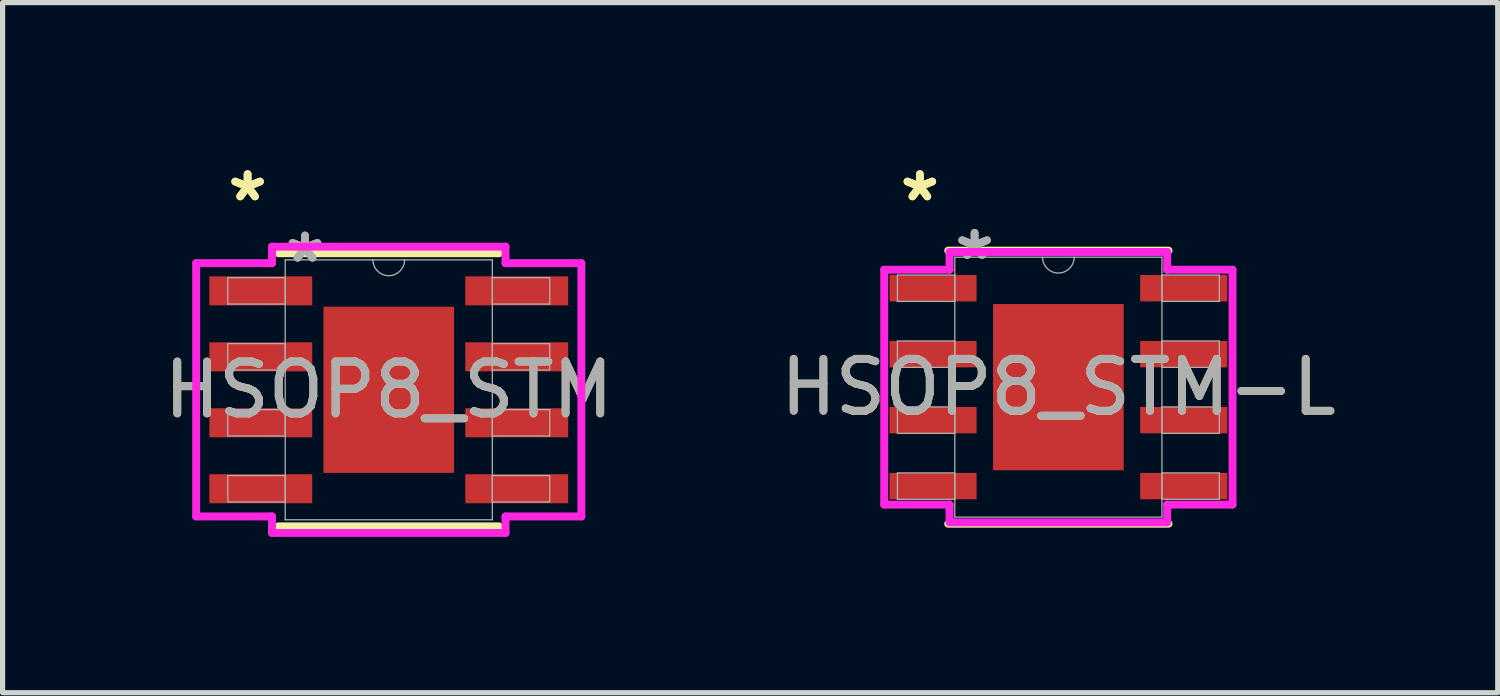
<source format=kicad_pcb>
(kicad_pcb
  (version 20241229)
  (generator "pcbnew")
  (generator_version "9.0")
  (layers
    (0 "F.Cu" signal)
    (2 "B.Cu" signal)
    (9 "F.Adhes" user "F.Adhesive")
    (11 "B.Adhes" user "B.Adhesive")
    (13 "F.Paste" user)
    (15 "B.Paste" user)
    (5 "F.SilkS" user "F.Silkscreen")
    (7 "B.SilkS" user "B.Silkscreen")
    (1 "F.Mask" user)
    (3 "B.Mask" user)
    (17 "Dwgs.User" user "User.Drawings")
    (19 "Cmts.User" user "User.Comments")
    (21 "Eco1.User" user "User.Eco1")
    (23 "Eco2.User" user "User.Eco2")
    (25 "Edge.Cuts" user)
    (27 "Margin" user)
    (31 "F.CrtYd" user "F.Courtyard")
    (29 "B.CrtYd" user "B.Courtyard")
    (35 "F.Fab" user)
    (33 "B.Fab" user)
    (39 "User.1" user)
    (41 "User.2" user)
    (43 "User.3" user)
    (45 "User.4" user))
  (footprint "HSOP8_STM-L"
    (layer "F.Cu")
    (at 17.327 4.404)
    (property "Reference" "HSOP8_STM-L" (at 0 0 0) (unlocked yes) (layer "F.SilkS") (effects (font (size 1 1) (thickness 0.15))))
    (attr smd)
    (fp_line (start -2.121 2.629) (end 2.121 2.629) (stroke (width 0.152) (type solid)) (layer "F.SilkS"))
    (fp_line (start 2.121 -2.629) (end -2.121 -2.629) (stroke (width 0.152) (type solid)) (layer "F.SilkS"))
    (fp_poly (pts (xy -1.157 -1.5) (xy -1.157 -0.1) (xy 1.157 -0.1) (xy 1.157 -1.5)) (stroke (width 0) (type solid)) (fill yes) (layer "F.Paste"))
    (fp_poly (pts (xy -1.157 0.1) (xy -1.157 1.5) (xy 1.157 1.5) (xy 1.157 0.1)) (stroke (width 0) (type solid)) (fill yes) (layer "F.Paste"))
    (fp_line (start -3.353 -2.261) (end -2.095 -2.261) (stroke (width 0.152) (type solid)) (layer "F.CrtYd"))
    (fp_line (start -3.353 2.261) (end -3.353 -2.261) (stroke (width 0.152) (type solid)) (layer "F.CrtYd"))
    (fp_line (start -3.353 2.261) (end -2.095 2.261) (stroke (width 0.152) (type solid)) (layer "F.CrtYd"))
    (fp_line (start -2.095 -2.603) (end 2.095 -2.603) (stroke (width 0.152) (type solid)) (layer "F.CrtYd"))
    (fp_line (start -2.095 -2.261) (end -2.095 -2.603) (stroke (width 0.152) (type solid)) (layer "F.CrtYd"))
    (fp_line (start -2.095 2.603) (end -2.095 2.261) (stroke (width 0.152) (type solid)) (layer "F.CrtYd"))
    (fp_line (start 2.095 -2.603) (end 2.095 -2.261) (stroke (width 0.152) (type solid)) (layer "F.CrtYd"))
    (fp_line (start 2.095 2.261) (end 2.095 2.603) (stroke (width 0.152) (type solid)) (layer "F.CrtYd"))
    (fp_line (start 2.095 2.603) (end -2.095 2.603) (stroke (width 0.152) (type solid)) (layer "F.CrtYd"))
    (fp_line (start 3.353 -2.261) (end 2.095 -2.261) (stroke (width 0.152) (type solid)) (layer "F.CrtYd"))
    (fp_line (start 3.353 -2.261) (end 3.353 2.261) (stroke (width 0.152) (type solid)) (layer "F.CrtYd"))
    (fp_line (start 3.353 2.261) (end 2.095 2.261) (stroke (width 0.152) (type solid)) (layer "F.CrtYd"))
    (fp_line (start -3.099 -2.159) (end -3.099 -1.651) (stroke (width 0.025) (type solid)) (layer "F.Fab"))
    (fp_line (start -3.099 -1.651) (end -1.994 -1.651) (stroke (width 0.025) (type solid)) (layer "F.Fab"))
    (fp_line (start -3.099 -0.889) (end -3.099 -0.381) (stroke (width 0.025) (type solid)) (layer "F.Fab"))
    (fp_line (start -3.099 -0.381) (end -1.994 -0.381) (stroke (width 0.025) (type solid)) (layer "F.Fab"))
    (fp_line (start -3.099 0.381) (end -3.099 0.889) (stroke (width 0.025) (type solid)) (layer "F.Fab"))
    (fp_line (start -3.099 0.889) (end -1.994 0.889) (stroke (width 0.025) (type solid)) (layer "F.Fab"))
    (fp_line (start -3.099 1.651) (end -3.099 2.159) (stroke (width 0.025) (type solid)) (layer "F.Fab"))
    (fp_line (start -3.099 2.159) (end -1.994 2.159) (stroke (width 0.025) (type solid)) (layer "F.Fab"))
    (fp_line (start -1.994 -2.502) (end -1.994 2.502) (stroke (width 0.025) (type solid)) (layer "F.Fab"))
    (fp_line (start -1.994 -2.159) (end -3.099 -2.159) (stroke (width 0.025) (type solid)) (layer "F.Fab"))
    (fp_line (start -1.994 -1.651) (end -1.994 -2.159) (stroke (width 0.025) (type solid)) (layer "F.Fab"))
    (fp_line (start -1.994 -0.889) (end -3.099 -0.889) (stroke (width 0.025) (type solid)) (layer "F.Fab"))
    (fp_line (start -1.994 -0.381) (end -1.994 -0.889) (stroke (width 0.025) (type solid)) (layer "F.Fab"))
    (fp_line (start -1.994 0.381) (end -3.099 0.381) (stroke (width 0.025) (type solid)) (layer "F.Fab"))
    (fp_line (start -1.994 0.889) (end -1.994 0.381) (stroke (width 0.025) (type solid)) (layer "F.Fab"))
    (fp_line (start -1.994 1.651) (end -3.099 1.651) (stroke (width 0.025) (type solid)) (layer "F.Fab"))
    (fp_line (start -1.994 2.159) (end -1.994 1.651) (stroke (width 0.025) (type solid)) (layer "F.Fab"))
    (fp_line (start -1.994 2.502) (end 1.994 2.502) (stroke (width 0.025) (type solid)) (layer "F.Fab"))
    (fp_line (start 1.994 -2.502) (end -1.994 -2.502) (stroke (width 0.025) (type solid)) (layer "F.Fab"))
    (fp_line (start 1.994 -2.159) (end 1.994 -1.651) (stroke (width 0.025) (type solid)) (layer "F.Fab"))
    (fp_line (start 1.994 -1.651) (end 3.099 -1.651) (stroke (width 0.025) (type solid)) (layer "F.Fab"))
    (fp_line (start 1.994 -0.889) (end 1.994 -0.381) (stroke (width 0.025) (type solid)) (layer "F.Fab"))
    (fp_line (start 1.994 -0.381) (end 3.099 -0.381) (stroke (width 0.025) (type solid)) (layer "F.Fab"))
    (fp_line (start 1.994 0.381) (end 1.994 0.889) (stroke (width 0.025) (type solid)) (layer "F.Fab"))
    (fp_line (start 1.994 0.889) (end 3.099 0.889) (stroke (width 0.025) (type solid)) (layer "F.Fab"))
    (fp_line (start 1.994 1.651) (end 1.994 2.159) (stroke (width 0.025) (type solid)) (layer "F.Fab"))
    (fp_line (start 1.994 2.159) (end 3.099 2.159) (stroke (width 0.025) (type solid)) (layer "F.Fab"))
    (fp_line (start 1.994 2.502) (end 1.994 -2.502) (stroke (width 0.025) (type solid)) (layer "F.Fab"))
    (fp_line (start 3.099 -2.159) (end 1.994 -2.159) (stroke (width 0.025) (type solid)) (layer "F.Fab"))
    (fp_line (start 3.099 -1.651) (end 3.099 -2.159) (stroke (width 0.025) (type solid)) (layer "F.Fab"))
    (fp_line (start 3.099 -0.889) (end 1.994 -0.889) (stroke (width 0.025) (type solid)) (layer "F.Fab"))
    (fp_line (start 3.099 -0.381) (end 3.099 -0.889) (stroke (width 0.025) (type solid)) (layer "F.Fab"))
    (fp_line (start 3.099 0.381) (end 1.994 0.381) (stroke (width 0.025) (type solid)) (layer "F.Fab"))
    (fp_line (start 3.099 0.889) (end 3.099 0.381) (stroke (width 0.025) (type solid)) (layer "F.Fab"))
    (fp_line (start 3.099 1.651) (end 1.994 1.651) (stroke (width 0.025) (type solid)) (layer "F.Fab"))
    (fp_line (start 3.099 2.159) (end 3.099 1.651) (stroke (width 0.025) (type solid)) (layer "F.Fab"))
    (fp_arc (start 0.3048 -2.5019) (mid 0 -2.1971) (end -0.3048 -2.5019) (stroke (width 0.0254) (type solid)) (layer "F.Fab"))
    (fp_text user "*" (at -2.667 -3.556 0) (unlocked yes) (layer "F.SilkS") (effects (font (size 1 1) (thickness 0.15))))
    (fp_text user "*" (at -2.667 -3.556 0) (layer "F.SilkS") (effects (font (size 1 1) (thickness 0.15))))
    (fp_text user "${REFERENCE}" (at 0 0 0) (unlocked yes) (layer "F.Fab") (effects (font (size 1 1) (thickness 0.15))))
    (fp_text user "*" (at -1.613 -2.426 0) (layer "F.Fab") (effects (font (size 1 1) (thickness 0.15))))
    (fp_text user "*" (at -1.613 -2.426 0) (unlocked yes) (layer "F.Fab") (effects (font (size 1 1) (thickness 0.15))))
    (pad "1" smd rect (at -2.413 -1.905) (size 1.676 0.508) (layers "F.Cu" "F.Mask" "F.Paste"))
    (pad "2" smd rect (at -2.413 -0.635) (size 1.676 0.508) (layers "F.Cu" "F.Mask" "F.Paste"))
    (pad "3" smd rect (at -2.413 0.635) (size 1.676 0.508) (layers "F.Cu" "F.Mask" "F.Paste"))
    (pad "4" smd rect (at -2.413 1.905) (size 1.676 0.508) (layers "F.Cu" "F.Mask" "F.Paste"))
    (pad "5" smd rect (at 2.413 1.905) (size 1.676 0.508) (layers "F.Cu" "F.Mask" "F.Paste"))
    (pad "6" smd rect (at 2.413 0.635) (size 1.676 0.508) (layers "F.Cu" "F.Mask" "F.Paste"))
    (pad "7" smd rect (at 2.413 -0.635) (size 1.676 0.508) (layers "F.Cu" "F.Mask" "F.Paste"))
    (pad "8" smd rect (at 2.413 -1.905) (size 1.676 0.508) (layers "F.Cu" "F.Mask" "F.Paste"))
    (pad "EPAD" smd rect (at 0 0) (size 2.515 3.2) (layers "F.Cu" "F.Mask")))
  (footprint "HSOP8_STM"
    (layer "F.Cu")
    (at 4.435 4.455)
    (property "Reference" "HSOP8_STM" (at 0 0 0) (unlocked yes) (layer "F.SilkS") (effects (font (size 1 1) (thickness 0.15))))
    (attr smd)
    (fp_line (start -2.121 2.629) (end 2.121 2.629) (stroke (width 0.152) (type solid)) (layer "F.SilkS"))
    (fp_line (start 2.121 -2.629) (end -2.121 -2.629) (stroke (width 0.152) (type solid)) (layer "F.SilkS"))
    (fp_poly (pts (xy -1.157 -1.5) (xy -1.157 -0.1) (xy 1.157 -0.1) (xy 1.157 -1.5)) (stroke (width 0) (type solid)) (fill yes) (layer "F.Paste"))
    (fp_poly (pts (xy -1.157 0.1) (xy -1.157 1.5) (xy 1.157 1.5) (xy 1.157 0.1)) (stroke (width 0) (type solid)) (fill yes) (layer "F.Paste"))
    (fp_line (start -3.708 -2.438) (end -2.248 -2.438) (stroke (width 0.152) (type solid)) (layer "F.CrtYd"))
    (fp_line (start -3.708 2.438) (end -3.708 -2.438) (stroke (width 0.152) (type solid)) (layer "F.CrtYd"))
    (fp_line (start -3.708 2.438) (end -2.248 2.438) (stroke (width 0.152) (type solid)) (layer "F.CrtYd"))
    (fp_line (start -2.248 -2.756) (end 2.248 -2.756) (stroke (width 0.152) (type solid)) (layer "F.CrtYd"))
    (fp_line (start -2.248 -2.438) (end -2.248 -2.756) (stroke (width 0.152) (type solid)) (layer "F.CrtYd"))
    (fp_line (start -2.248 2.756) (end -2.248 2.438) (stroke (width 0.152) (type solid)) (layer "F.CrtYd"))
    (fp_line (start 2.248 -2.756) (end 2.248 -2.438) (stroke (width 0.152) (type solid)) (layer "F.CrtYd"))
    (fp_line (start 2.248 2.438) (end 2.248 2.756) (stroke (width 0.152) (type solid)) (layer "F.CrtYd"))
    (fp_line (start 2.248 2.756) (end -2.248 2.756) (stroke (width 0.152) (type solid)) (layer "F.CrtYd"))
    (fp_line (start 3.708 -2.438) (end 2.248 -2.438) (stroke (width 0.152) (type solid)) (layer "F.CrtYd"))
    (fp_line (start 3.708 -2.438) (end 3.708 2.438) (stroke (width 0.152) (type solid)) (layer "F.CrtYd"))
    (fp_line (start 3.708 2.438) (end 2.248 2.438) (stroke (width 0.152) (type solid)) (layer "F.CrtYd"))
    (fp_line (start -3.099 -2.159) (end -3.099 -1.651) (stroke (width 0.025) (type solid)) (layer "F.Fab"))
    (fp_line (start -3.099 -1.651) (end -1.994 -1.651) (stroke (width 0.025) (type solid)) (layer "F.Fab"))
    (fp_line (start -3.099 -0.889) (end -3.099 -0.381) (stroke (width 0.025) (type solid)) (layer "F.Fab"))
    (fp_line (start -3.099 -0.381) (end -1.994 -0.381) (stroke (width 0.025) (type solid)) (layer "F.Fab"))
    (fp_line (start -3.099 0.381) (end -3.099 0.889) (stroke (width 0.025) (type solid)) (layer "F.Fab"))
    (fp_line (start -3.099 0.889) (end -1.994 0.889) (stroke (width 0.025) (type solid)) (layer "F.Fab"))
    (fp_line (start -3.099 1.651) (end -3.099 2.159) (stroke (width 0.025) (type solid)) (layer "F.Fab"))
    (fp_line (start -3.099 2.159) (end -1.994 2.159) (stroke (width 0.025) (type solid)) (layer "F.Fab"))
    (fp_line (start -1.994 -2.502) (end -1.994 2.502) (stroke (width 0.025) (type solid)) (layer "F.Fab"))
    (fp_line (start -1.994 -2.159) (end -3.099 -2.159) (stroke (width 0.025) (type solid)) (layer "F.Fab"))
    (fp_line (start -1.994 -1.651) (end -1.994 -2.159) (stroke (width 0.025) (type solid)) (layer "F.Fab"))
    (fp_line (start -1.994 -0.889) (end -3.099 -0.889) (stroke (width 0.025) (type solid)) (layer "F.Fab"))
    (fp_line (start -1.994 -0.381) (end -1.994 -0.889) (stroke (width 0.025) (type solid)) (layer "F.Fab"))
    (fp_line (start -1.994 0.381) (end -3.099 0.381) (stroke (width 0.025) (type solid)) (layer "F.Fab"))
    (fp_line (start -1.994 0.889) (end -1.994 0.381) (stroke (width 0.025) (type solid)) (layer "F.Fab"))
    (fp_line (start -1.994 1.651) (end -3.099 1.651) (stroke (width 0.025) (type solid)) (layer "F.Fab"))
    (fp_line (start -1.994 2.159) (end -1.994 1.651) (stroke (width 0.025) (type solid)) (layer "F.Fab"))
    (fp_line (start -1.994 2.502) (end 1.994 2.502) (stroke (width 0.025) (type solid)) (layer "F.Fab"))
    (fp_line (start 1.994 -2.502) (end -1.994 -2.502) (stroke (width 0.025) (type solid)) (layer "F.Fab"))
    (fp_line (start 1.994 -2.159) (end 1.994 -1.651) (stroke (width 0.025) (type solid)) (layer "F.Fab"))
    (fp_line (start 1.994 -1.651) (end 3.099 -1.651) (stroke (width 0.025) (type solid)) (layer "F.Fab"))
    (fp_line (start 1.994 -0.889) (end 1.994 -0.381) (stroke (width 0.025) (type solid)) (layer "F.Fab"))
    (fp_line (start 1.994 -0.381) (end 3.099 -0.381) (stroke (width 0.025) (type solid)) (layer "F.Fab"))
    (fp_line (start 1.994 0.381) (end 1.994 0.889) (stroke (width 0.025) (type solid)) (layer "F.Fab"))
    (fp_line (start 1.994 0.889) (end 3.099 0.889) (stroke (width 0.025) (type solid)) (layer "F.Fab"))
    (fp_line (start 1.994 1.651) (end 1.994 2.159) (stroke (width 0.025) (type solid)) (layer "F.Fab"))
    (fp_line (start 1.994 2.159) (end 3.099 2.159) (stroke (width 0.025) (type solid)) (layer "F.Fab"))
    (fp_line (start 1.994 2.502) (end 1.994 -2.502) (stroke (width 0.025) (type solid)) (layer "F.Fab"))
    (fp_line (start 3.099 -2.159) (end 1.994 -2.159) (stroke (width 0.025) (type solid)) (layer "F.Fab"))
    (fp_line (start 3.099 -1.651) (end 3.099 -2.159) (stroke (width 0.025) (type solid)) (layer "F.Fab"))
    (fp_line (start 3.099 -0.889) (end 1.994 -0.889) (stroke (width 0.025) (type solid)) (layer "F.Fab"))
    (fp_line (start 3.099 -0.381) (end 3.099 -0.889) (stroke (width 0.025) (type solid)) (layer "F.Fab"))
    (fp_line (start 3.099 0.381) (end 1.994 0.381) (stroke (width 0.025) (type solid)) (layer "F.Fab"))
    (fp_line (start 3.099 0.889) (end 3.099 0.381) (stroke (width 0.025) (type solid)) (layer "F.Fab"))
    (fp_line (start 3.099 1.651) (end 1.994 1.651) (stroke (width 0.025) (type solid)) (layer "F.Fab"))
    (fp_line (start 3.099 2.159) (end 3.099 1.651) (stroke (width 0.025) (type solid)) (layer "F.Fab"))
    (fp_arc (start 0.3048 -2.5019) (mid 0 -2.1971) (end -0.3048 -2.5019) (stroke (width 0.0254) (type solid)) (layer "F.Fab"))
    (fp_text user "*" (at -2.718 -3.607 0) (unlocked yes) (layer "F.SilkS") (effects (font (size 1 1) (thickness 0.15))))
    (fp_text user "*" (at -2.718 -3.607 0) (layer "F.SilkS") (effects (font (size 1 1) (thickness 0.15))))
    (fp_text user "${REFERENCE}" (at 0 0 0) (unlocked yes) (layer "F.Fab") (effects (font (size 1 1) (thickness 0.15))))
    (fp_text user "*" (at -1.613 -2.426 0) (unlocked yes) (layer "F.Fab") (effects (font (size 1 1) (thickness 0.15))))
    (fp_text user "*" (at -1.613 -2.426 0) (layer "F.Fab") (effects (font (size 1 1) (thickness 0.15))))
    (pad "1" smd rect (at -2.464 -1.905) (size 1.981 0.559) (layers "F.Cu" "F.Mask" "F.Paste"))
    (pad "2" smd rect (at -2.464 -0.635) (size 1.981 0.559) (layers "F.Cu" "F.Mask" "F.Paste"))
    (pad "3" smd rect (at -2.464 0.635) (size 1.981 0.559) (layers "F.Cu" "F.Mask" "F.Paste"))
    (pad "4" smd rect (at -2.464 1.905) (size 1.981 0.559) (layers "F.Cu" "F.Mask" "F.Paste"))
    (pad "5" smd rect (at 2.464 1.905) (size 1.981 0.559) (layers "F.Cu" "F.Mask" "F.Paste"))
    (pad "6" smd rect (at 2.464 0.635) (size 1.981 0.559) (layers "F.Cu" "F.Mask" "F.Paste"))
    (pad "7" smd rect (at 2.464 -0.635) (size 1.981 0.559) (layers "F.Cu" "F.Mask" "F.Paste"))
    (pad "8" smd rect (at 2.464 -1.905) (size 1.981 0.559) (layers "F.Cu" "F.Mask" "F.Paste"))
    (pad "EPAD" smd rect (at 0 0) (size 2.515 3.2) (layers "F.Cu" "F.Mask")))
  (gr_rect
    (start -3 -3)
    (end 25.786 10.287)
    (stroke (width 0.1) (type default))
    (fill no)
    (layer "Edge.Cuts")))
</source>
